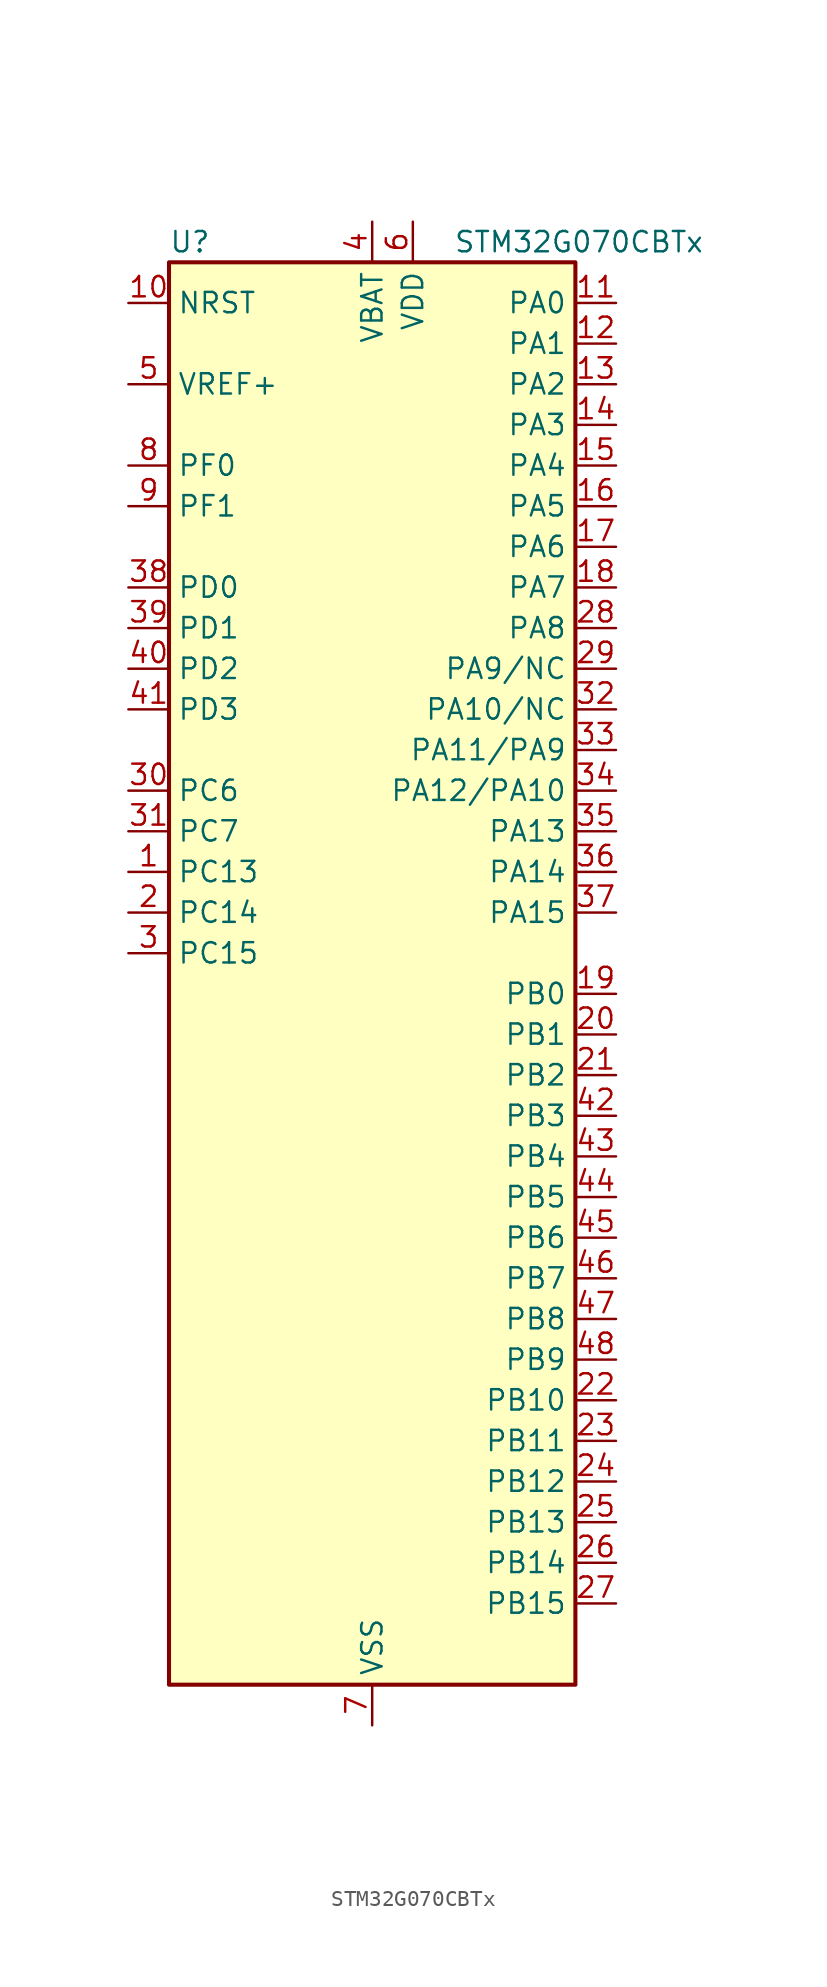
<source format=kicad_sym>
(kicad_symbol_lib
  (version 20220914)
  (generator kicad_symbol_editor)
  (symbol "STM32G070CBTx"
    (property "Reference" "U"
      (at -12.7 46.99 0)
      (effects (font (size 1.27 1.27)) (justify left)))
    (property "Value" "STM32G070CBTx"
      (at 5.08 46.99 0)
      (effects (font (size 1.27 1.27)) (justify left)))
    (property "ki_locked" ""
      (at 0 0 0)
      (effects (font (size 1.27 1.27))))
    (symbol "STM32G070CBTx_0_1"
      (rectangle (start -12.7 -43.18) (end 12.7 45.72) (stroke (width 0.254) (type default)) (fill (type background))))
    (symbol "STM32G070CBTx_1_1"
      (pin bidirectional line (at -15.24 7.62 0) (length 2.54) (name "PC13" (effects (font (size 1.27 1.27)))) (number "1" (effects (font (size 1.27 1.27)))) (alternate "RTC_OUT_ALARM" bidirectional line) (alternate "RTC_OUT_CALIB" bidirectional line) (alternate "RTC_TAMP_IN1" bidirectional line) (alternate "RTC_TS" bidirectional line) (alternate "SYS_WKUP2" bidirectional line) (alternate "TIM1_BK" bidirectional line))
      (pin input line (at -15.24 43.18 0) (length 2.54) (name "NRST" (effects (font (size 1.27 1.27)))) (number "10" (effects (font (size 1.27 1.27)))))
      (pin bidirectional line (at 15.24 43.18 180) (length 2.54) (name "PA0" (effects (font (size 1.27 1.27)))) (number "11" (effects (font (size 1.27 1.27)))) (alternate "ADC1_IN0" bidirectional line) (alternate "RTC_TAMP_IN2" bidirectional line) (alternate "SPI2_SCK" bidirectional line) (alternate "SYS_WKUP1" bidirectional line) (alternate "USART2_CTS" bidirectional line) (alternate "USART2_NSS" bidirectional line) (alternate "USART4_TX" bidirectional line))
      (pin bidirectional line (at 15.24 40.64 180) (length 2.54) (name "PA1" (effects (font (size 1.27 1.27)))) (number "12" (effects (font (size 1.27 1.27)))) (alternate "ADC1_IN1" bidirectional line) (alternate "I2C1_SMBA" bidirectional line) (alternate "I2S1_CK" bidirectional line) (alternate "SPI1_SCK" bidirectional line) (alternate "TIM15_CH1N" bidirectional line) (alternate "USART2_CK" bidirectional line) (alternate "USART2_DE" bidirectional line) (alternate "USART2_RTS" bidirectional line) (alternate "USART4_RX" bidirectional line))
      (pin bidirectional line (at 15.24 38.1 180) (length 2.54) (name "PA2" (effects (font (size 1.27 1.27)))) (number "13" (effects (font (size 1.27 1.27)))) (alternate "ADC1_IN2" bidirectional line) (alternate "I2S1_SD" bidirectional line) (alternate "RCC_LSCO" bidirectional line) (alternate "SPI1_MOSI" bidirectional line) (alternate "SYS_WKUP4" bidirectional line) (alternate "TIM15_CH1" bidirectional line) (alternate "USART2_TX" bidirectional line))
      (pin bidirectional line (at 15.24 35.56 180) (length 2.54) (name "PA3" (effects (font (size 1.27 1.27)))) (number "14" (effects (font (size 1.27 1.27)))) (alternate "ADC1_IN3" bidirectional line) (alternate "SPI2_MISO" bidirectional line) (alternate "TIM15_CH2" bidirectional line) (alternate "USART2_RX" bidirectional line))
      (pin bidirectional line (at 15.24 33.02 180) (length 2.54) (name "PA4" (effects (font (size 1.27 1.27)))) (number "15" (effects (font (size 1.27 1.27)))) (alternate "ADC1_IN4" bidirectional line) (alternate "I2S1_WS" bidirectional line) (alternate "RTC_OUT_ALARM" bidirectional line) (alternate "RTC_OUT_CALIB" bidirectional line) (alternate "SPI1_NSS" bidirectional line) (alternate "SPI2_MOSI" bidirectional line) (alternate "TIM14_CH1" bidirectional line))
      (pin bidirectional line (at 15.24 30.48 180) (length 2.54) (name "PA5" (effects (font (size 1.27 1.27)))) (number "16" (effects (font (size 1.27 1.27)))) (alternate "ADC1_IN5" bidirectional line) (alternate "I2S1_CK" bidirectional line) (alternate "SPI1_SCK" bidirectional line) (alternate "USART3_TX" bidirectional line))
      (pin bidirectional line (at 15.24 27.94 180) (length 2.54) (name "PA6" (effects (font (size 1.27 1.27)))) (number "17" (effects (font (size 1.27 1.27)))) (alternate "ADC1_IN6" bidirectional line) (alternate "I2S1_MCK" bidirectional line) (alternate "SPI1_MISO" bidirectional line) (alternate "TIM16_CH1" bidirectional line) (alternate "TIM1_BK" bidirectional line) (alternate "TIM3_CH1" bidirectional line) (alternate "USART3_CTS" bidirectional line) (alternate "USART3_NSS" bidirectional line))
      (pin bidirectional line (at 15.24 25.4 180) (length 2.54) (name "PA7" (effects (font (size 1.27 1.27)))) (number "18" (effects (font (size 1.27 1.27)))) (alternate "ADC1_IN7" bidirectional line) (alternate "I2S1_SD" bidirectional line) (alternate "SPI1_MOSI" bidirectional line) (alternate "TIM14_CH1" bidirectional line) (alternate "TIM17_CH1" bidirectional line) (alternate "TIM1_CH1N" bidirectional line) (alternate "TIM3_CH2" bidirectional line))
      (pin bidirectional line (at 15.24 0 180) (length 2.54) (name "PB0" (effects (font (size 1.27 1.27)))) (number "19" (effects (font (size 1.27 1.27)))) (alternate "ADC1_IN8" bidirectional line) (alternate "I2S1_WS" bidirectional line) (alternate "SPI1_NSS" bidirectional line) (alternate "TIM1_CH2N" bidirectional line) (alternate "TIM3_CH3" bidirectional line) (alternate "USART3_RX" bidirectional line))
      (pin bidirectional line (at -15.24 5.08 0) (length 2.54) (name "PC14" (effects (font (size 1.27 1.27)))) (number "2" (effects (font (size 1.27 1.27)))) (alternate "RCC_OSC32_IN" bidirectional line) (alternate "TIM1_BK2" bidirectional line))
      (pin bidirectional line (at 15.24 -2.54 180) (length 2.54) (name "PB1" (effects (font (size 1.27 1.27)))) (number "20" (effects (font (size 1.27 1.27)))) (alternate "ADC1_IN9" bidirectional line) (alternate "TIM14_CH1" bidirectional line) (alternate "TIM1_CH3N" bidirectional line) (alternate "TIM3_CH4" bidirectional line) (alternate "USART3_CK" bidirectional line) (alternate "USART3_DE" bidirectional line) (alternate "USART3_RTS" bidirectional line))
      (pin bidirectional line (at 15.24 -5.08 180) (length 2.54) (name "PB2" (effects (font (size 1.27 1.27)))) (number "21" (effects (font (size 1.27 1.27)))) (alternate "ADC1_IN10" bidirectional line) (alternate "SPI2_MISO" bidirectional line) (alternate "USART3_TX" bidirectional line))
      (pin bidirectional line (at 15.24 -25.4 180) (length 2.54) (name "PB10" (effects (font (size 1.27 1.27)))) (number "22" (effects (font (size 1.27 1.27)))) (alternate "ADC1_IN11" bidirectional line) (alternate "I2C2_SCL" bidirectional line) (alternate "SPI2_SCK" bidirectional line) (alternate "USART3_TX" bidirectional line))
      (pin bidirectional line (at 15.24 -27.94 180) (length 2.54) (name "PB11" (effects (font (size 1.27 1.27)))) (number "23" (effects (font (size 1.27 1.27)))) (alternate "ADC1_EXTI11" bidirectional line) (alternate "ADC1_IN15" bidirectional line) (alternate "I2C2_SDA" bidirectional line) (alternate "SPI2_MOSI" bidirectional line) (alternate "USART3_RX" bidirectional line))
      (pin bidirectional line (at 15.24 -30.48 180) (length 2.54) (name "PB12" (effects (font (size 1.27 1.27)))) (number "24" (effects (font (size 1.27 1.27)))) (alternate "ADC1_IN16" bidirectional line) (alternate "SPI2_NSS" bidirectional line) (alternate "TIM15_BK" bidirectional line) (alternate "TIM1_BK" bidirectional line))
      (pin bidirectional line (at 15.24 -33.02 180) (length 2.54) (name "PB13" (effects (font (size 1.27 1.27)))) (number "25" (effects (font (size 1.27 1.27)))) (alternate "I2C2_SCL" bidirectional line) (alternate "SPI2_SCK" bidirectional line) (alternate "TIM15_CH1N" bidirectional line) (alternate "TIM1_CH1N" bidirectional line) (alternate "USART3_CTS" bidirectional line) (alternate "USART3_NSS" bidirectional line))
      (pin bidirectional line (at 15.24 -35.56 180) (length 2.54) (name "PB14" (effects (font (size 1.27 1.27)))) (number "26" (effects (font (size 1.27 1.27)))) (alternate "I2C2_SDA" bidirectional line) (alternate "SPI2_MISO" bidirectional line) (alternate "TIM15_CH1" bidirectional line) (alternate "TIM1_CH2N" bidirectional line) (alternate "USART3_CK" bidirectional line) (alternate "USART3_DE" bidirectional line) (alternate "USART3_RTS" bidirectional line))
      (pin bidirectional line (at 15.24 -38.1 180) (length 2.54) (name "PB15" (effects (font (size 1.27 1.27)))) (number "27" (effects (font (size 1.27 1.27)))) (alternate "RTC_REFIN" bidirectional line) (alternate "SPI2_MOSI" bidirectional line) (alternate "TIM15_CH1N" bidirectional line) (alternate "TIM15_CH2" bidirectional line) (alternate "TIM1_CH3N" bidirectional line))
      (pin bidirectional line (at 15.24 22.86 180) (length 2.54) (name "PA8" (effects (font (size 1.27 1.27)))) (number "28" (effects (font (size 1.27 1.27)))) (alternate "RCC_MCO" bidirectional line) (alternate "SPI2_NSS" bidirectional line) (alternate "TIM1_CH1" bidirectional line))
      (pin bidirectional line (at 15.24 20.32 180) (length 2.54) (name "PA9/NC" (effects (font (size 1.27 1.27)))) (number "29" (effects (font (size 1.27 1.27)))) (alternate "I2C1_SCL" bidirectional line) (alternate "RCC_MCO" bidirectional line) (alternate "SPI2_MISO" bidirectional line) (alternate "TIM15_BK" bidirectional line) (alternate "TIM1_CH2" bidirectional line) (alternate "USART1_TX" bidirectional line))
      (pin bidirectional line (at -15.24 2.54 0) (length 2.54) (name "PC15" (effects (font (size 1.27 1.27)))) (number "3" (effects (font (size 1.27 1.27)))) (alternate "RCC_OSC32_EN" bidirectional line) (alternate "RCC_OSC32_OUT" bidirectional line) (alternate "RCC_OSC_EN" bidirectional line) (alternate "TIM15_BK" bidirectional line))
      (pin bidirectional line (at -15.24 12.7 0) (length 2.54) (name "PC6" (effects (font (size 1.27 1.27)))) (number "30" (effects (font (size 1.27 1.27)))) (alternate "TIM3_CH1" bidirectional line))
      (pin bidirectional line (at -15.24 10.16 0) (length 2.54) (name "PC7" (effects (font (size 1.27 1.27)))) (number "31" (effects (font (size 1.27 1.27)))) (alternate "TIM3_CH2" bidirectional line))
      (pin bidirectional line (at 15.24 17.78 180) (length 2.54) (name "PA10/NC" (effects (font (size 1.27 1.27)))) (number "32" (effects (font (size 1.27 1.27)))) (alternate "I2C1_SDA" bidirectional line) (alternate "SPI2_MOSI" bidirectional line) (alternate "TIM17_BK" bidirectional line) (alternate "TIM1_CH3" bidirectional line) (alternate "USART1_RX" bidirectional line))
      (pin bidirectional line (at 15.24 15.24 180) (length 2.54) (name "PA11/PA9" (effects (font (size 1.27 1.27)))) (number "33" (effects (font (size 1.27 1.27)))) (alternate "ADC1_EXTI11" bidirectional line) (alternate "I2C2_SCL" bidirectional line) (alternate "I2S1_MCK" bidirectional line) (alternate "SPI1_MISO" bidirectional line) (alternate "TIM1_BK2" bidirectional line) (alternate "TIM1_CH4" bidirectional line) (alternate "USART1_CTS" bidirectional line) (alternate "USART1_NSS" bidirectional line))
      (pin bidirectional line (at 15.24 12.7 180) (length 2.54) (name "PA12/PA10" (effects (font (size 1.27 1.27)))) (number "34" (effects (font (size 1.27 1.27)))) (alternate "I2C2_SDA" bidirectional line) (alternate "I2S1_SD" bidirectional line) (alternate "I2S_CKIN" bidirectional line) (alternate "SPI1_MOSI" bidirectional line) (alternate "TIM1_ETR" bidirectional line) (alternate "USART1_CK" bidirectional line) (alternate "USART1_DE" bidirectional line) (alternate "USART1_RTS" bidirectional line))
      (pin bidirectional line (at 15.24 10.16 180) (length 2.54) (name "PA13" (effects (font (size 1.27 1.27)))) (number "35" (effects (font (size 1.27 1.27)))) (alternate "IR_OUT" bidirectional line) (alternate "SYS_SWDIO" bidirectional line))
      (pin bidirectional line (at 15.24 7.62 180) (length 2.54) (name "PA14" (effects (font (size 1.27 1.27)))) (number "36" (effects (font (size 1.27 1.27)))) (alternate "SYS_SWCLK" bidirectional line) (alternate "USART2_TX" bidirectional line))
      (pin bidirectional line (at 15.24 5.08 180) (length 2.54) (name "PA15" (effects (font (size 1.27 1.27)))) (number "37" (effects (font (size 1.27 1.27)))) (alternate "I2S1_WS" bidirectional line) (alternate "SPI1_NSS" bidirectional line) (alternate "USART2_RX" bidirectional line) (alternate "USART3_CK" bidirectional line) (alternate "USART3_DE" bidirectional line) (alternate "USART3_RTS" bidirectional line) (alternate "USART4_CK" bidirectional line) (alternate "USART4_DE" bidirectional line) (alternate "USART4_RTS" bidirectional line))
      (pin bidirectional line (at -15.24 25.4 0) (length 2.54) (name "PD0" (effects (font (size 1.27 1.27)))) (number "38" (effects (font (size 1.27 1.27)))) (alternate "SPI2_NSS" bidirectional line) (alternate "TIM16_CH1" bidirectional line))
      (pin bidirectional line (at -15.24 22.86 0) (length 2.54) (name "PD1" (effects (font (size 1.27 1.27)))) (number "39" (effects (font (size 1.27 1.27)))) (alternate "SPI2_SCK" bidirectional line) (alternate "TIM17_CH1" bidirectional line))
      (pin power_in line (at 0 48.26 270) (length 2.54) (name "VBAT" (effects (font (size 1.27 1.27)))) (number "4" (effects (font (size 1.27 1.27)))))
      (pin bidirectional line (at -15.24 20.32 0) (length 2.54) (name "PD2" (effects (font (size 1.27 1.27)))) (number "40" (effects (font (size 1.27 1.27)))) (alternate "TIM1_CH1N" bidirectional line) (alternate "TIM3_ETR" bidirectional line) (alternate "USART3_CK" bidirectional line) (alternate "USART3_DE" bidirectional line) (alternate "USART3_RTS" bidirectional line))
      (pin bidirectional line (at -15.24 17.78 0) (length 2.54) (name "PD3" (effects (font (size 1.27 1.27)))) (number "41" (effects (font (size 1.27 1.27)))) (alternate "SPI2_MISO" bidirectional line) (alternate "TIM1_CH2N" bidirectional line) (alternate "USART2_CTS" bidirectional line) (alternate "USART2_NSS" bidirectional line))
      (pin bidirectional line (at 15.24 -7.62 180) (length 2.54) (name "PB3" (effects (font (size 1.27 1.27)))) (number "42" (effects (font (size 1.27 1.27)))) (alternate "I2S1_CK" bidirectional line) (alternate "SPI1_SCK" bidirectional line) (alternate "TIM1_CH2" bidirectional line) (alternate "USART1_CK" bidirectional line) (alternate "USART1_DE" bidirectional line) (alternate "USART1_RTS" bidirectional line))
      (pin bidirectional line (at 15.24 -10.16 180) (length 2.54) (name "PB4" (effects (font (size 1.27 1.27)))) (number "43" (effects (font (size 1.27 1.27)))) (alternate "I2S1_MCK" bidirectional line) (alternate "SPI1_MISO" bidirectional line) (alternate "TIM17_BK" bidirectional line) (alternate "TIM3_CH1" bidirectional line) (alternate "USART1_CTS" bidirectional line) (alternate "USART1_NSS" bidirectional line))
      (pin bidirectional line (at 15.24 -12.7 180) (length 2.54) (name "PB5" (effects (font (size 1.27 1.27)))) (number "44" (effects (font (size 1.27 1.27)))) (alternate "I2C1_SMBA" bidirectional line) (alternate "I2S1_SD" bidirectional line) (alternate "SPI1_MOSI" bidirectional line) (alternate "SYS_WKUP6" bidirectional line) (alternate "TIM16_BK" bidirectional line) (alternate "TIM3_CH2" bidirectional line))
      (pin bidirectional line (at 15.24 -15.24 180) (length 2.54) (name "PB6" (effects (font (size 1.27 1.27)))) (number "45" (effects (font (size 1.27 1.27)))) (alternate "I2C1_SCL" bidirectional line) (alternate "SPI2_MISO" bidirectional line) (alternate "TIM16_CH1N" bidirectional line) (alternate "TIM1_CH3" bidirectional line) (alternate "USART1_TX" bidirectional line))
      (pin bidirectional line (at 15.24 -17.78 180) (length 2.54) (name "PB7" (effects (font (size 1.27 1.27)))) (number "46" (effects (font (size 1.27 1.27)))) (alternate "I2C1_SDA" bidirectional line) (alternate "SPI2_MOSI" bidirectional line) (alternate "TIM17_CH1N" bidirectional line) (alternate "USART1_RX" bidirectional line) (alternate "USART4_CTS" bidirectional line) (alternate "USART4_NSS" bidirectional line))
      (pin bidirectional line (at 15.24 -20.32 180) (length 2.54) (name "PB8" (effects (font (size 1.27 1.27)))) (number "47" (effects (font (size 1.27 1.27)))) (alternate "I2C1_SCL" bidirectional line) (alternate "SPI2_SCK" bidirectional line) (alternate "TIM15_BK" bidirectional line) (alternate "TIM16_CH1" bidirectional line) (alternate "USART3_TX" bidirectional line))
      (pin bidirectional line (at 15.24 -22.86 180) (length 2.54) (name "PB9" (effects (font (size 1.27 1.27)))) (number "48" (effects (font (size 1.27 1.27)))) (alternate "I2C1_SDA" bidirectional line) (alternate "IR_OUT" bidirectional line) (alternate "SPI2_NSS" bidirectional line) (alternate "TIM17_CH1" bidirectional line) (alternate "USART3_RX" bidirectional line))
      (pin input line (at -15.24 38.1 0) (length 2.54) (name "VREF+" (effects (font (size 1.27 1.27)))) (number "5" (effects (font (size 1.27 1.27)))))
      (pin power_in line (at 2.54 48.26 270) (length 2.54) (name "VDD" (effects (font (size 1.27 1.27)))) (number "6" (effects (font (size 1.27 1.27)))))
      (pin power_in line (at 0 -45.72 90) (length 2.54) (name "VSS" (effects (font (size 1.27 1.27)))) (number "7" (effects (font (size 1.27 1.27)))))
      (pin bidirectional line (at -15.24 33.02 0) (length 2.54) (name "PF0" (effects (font (size 1.27 1.27)))) (number "8" (effects (font (size 1.27 1.27)))) (alternate "RCC_OSC_IN" bidirectional line) (alternate "TIM14_CH1" bidirectional line))
      (pin bidirectional line (at -15.24 30.48 0) (length 2.54) (name "PF1" (effects (font (size 1.27 1.27)))) (number "9" (effects (font (size 1.27 1.27)))) (alternate "RCC_OSC_EN" bidirectional line) (alternate "RCC_OSC_OUT" bidirectional line) (alternate "TIM15_CH1N" bidirectional line)))))
</source>
